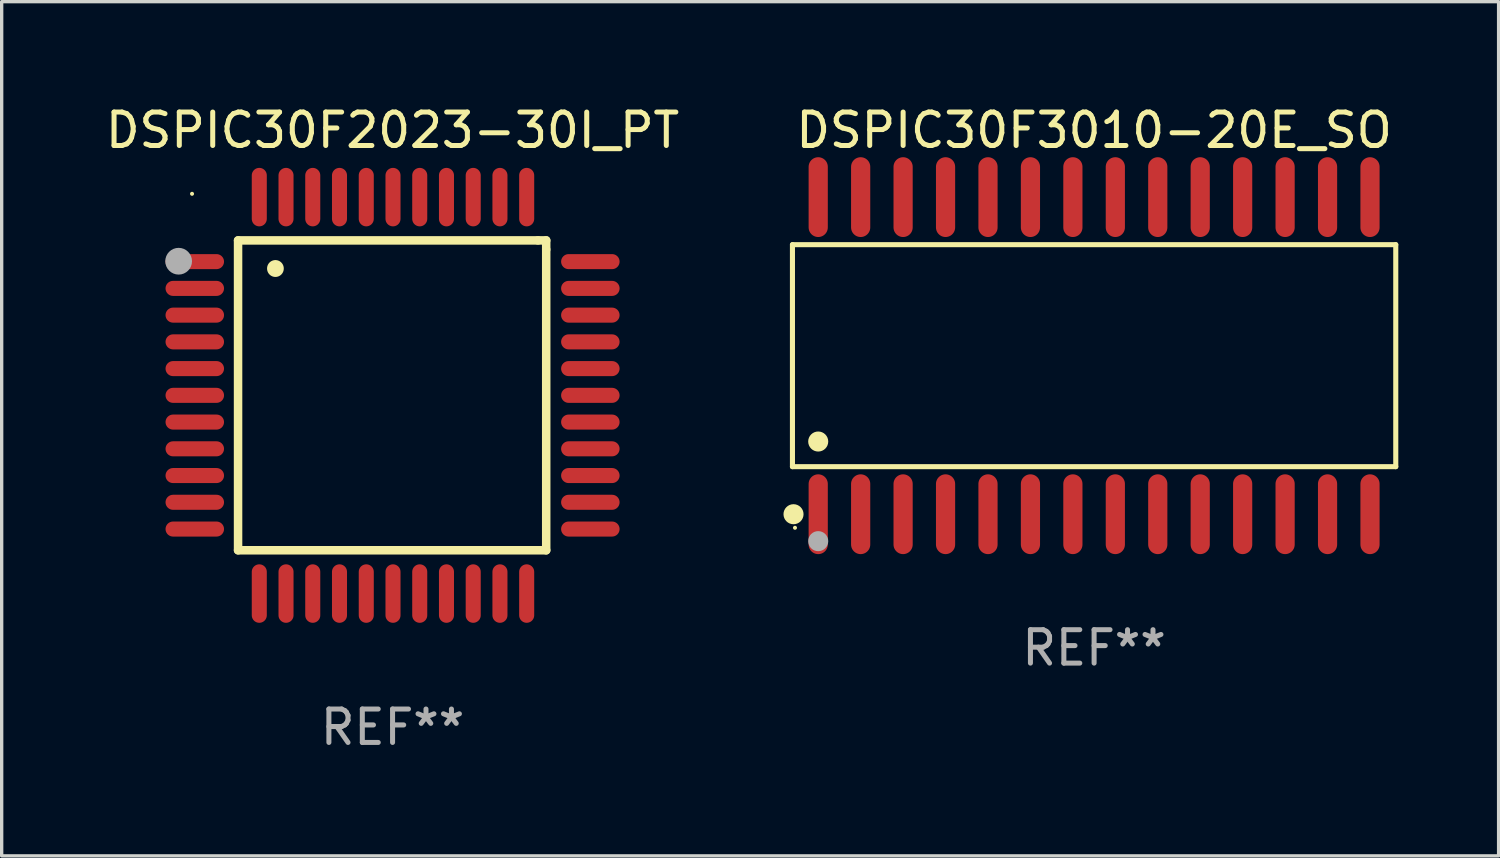
<source format=kicad_pcb>
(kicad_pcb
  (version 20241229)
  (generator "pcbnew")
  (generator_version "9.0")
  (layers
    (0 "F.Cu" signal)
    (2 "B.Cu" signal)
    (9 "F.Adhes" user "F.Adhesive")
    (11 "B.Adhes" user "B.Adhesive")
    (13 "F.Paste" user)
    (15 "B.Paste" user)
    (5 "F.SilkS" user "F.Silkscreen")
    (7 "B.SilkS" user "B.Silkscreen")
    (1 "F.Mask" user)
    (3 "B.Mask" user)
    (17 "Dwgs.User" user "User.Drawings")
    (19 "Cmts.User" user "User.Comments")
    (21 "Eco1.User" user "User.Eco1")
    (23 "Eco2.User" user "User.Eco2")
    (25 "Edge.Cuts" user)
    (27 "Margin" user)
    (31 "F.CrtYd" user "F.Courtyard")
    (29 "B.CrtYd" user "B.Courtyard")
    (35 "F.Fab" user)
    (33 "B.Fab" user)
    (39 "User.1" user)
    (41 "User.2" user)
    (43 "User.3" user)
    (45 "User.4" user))
  (footprint "DSPIC30F2023-30I_PT"
    (layer "F.Cu")
    (at 8.696 8.779)
    (property "Reference" "DSPIC30F2023-30I_PT" (at 0 -7.931 0) (layer "F.SilkS") (effects (font (size 1 1) (thickness 0.15))))
    (attr through_hole)
    (fp_line (start -4.623 -4.636) (end 4.35 -4.636) (stroke (width 0.254) (type solid)) (layer "F.SilkS"))
    (fp_line (start -4.623 4.636) (end -4.623 -4.636) (stroke (width 0.254) (type solid)) (layer "F.SilkS"))
    (fp_line (start 4.35 -4.636) (end 4.597 -4.636) (stroke (width 0.254) (type solid)) (layer "F.SilkS"))
    (fp_line (start 4.597 -4.636) (end 4.597 -4.363) (stroke (width 0.254) (type solid)) (layer "F.SilkS"))
    (fp_line (start 4.597 -4.363) (end 4.597 4.636) (stroke (width 0.254) (type solid)) (layer "F.SilkS"))
    (fp_line (start 4.597 4.636) (end -4.623 4.636) (stroke (width 0.254) (type solid)) (layer "F.SilkS"))
    (fp_arc (start -3.505207 -3.792228) (mid -3.50522 -3.794768) (end -3.505207 -3.797308) (stroke (width 0.5) (type solid)) (layer "F.SilkS"))
    (fp_circle (center -6 -6.03) (end -5.97 -6.03) (stroke (width 0.06) (type solid)) (fill no) (layer "F.SilkS"))
    (fp_circle (center -6.401 -4.013) (end -6.201 -4.013) (stroke (width 0.4) (type solid)) (fill no) (layer "F.Fab"))
    (fp_text user "REF**" (at 0 9.931 0) (layer "F.Fab") (effects (font (size 1 1) (thickness 0.15))))
    (pad "1" smd oval (at -5.918 -4.001 90) (size 0.45 1.75) (layers "F.Cu" "F.Mask" "F.Paste"))
    (pad "2" smd oval (at -5.918 -3.2 90) (size 0.45 1.75) (layers "F.Cu" "F.Mask" "F.Paste"))
    (pad "3" smd oval (at -5.918 -2.4 90) (size 0.45 1.75) (layers "F.Cu" "F.Mask" "F.Paste"))
    (pad "4" smd oval (at -5.918 -1.6 90) (size 0.45 1.75) (layers "F.Cu" "F.Mask" "F.Paste"))
    (pad "5" smd oval (at -5.918 -0.8 90) (size 0.45 1.75) (layers "F.Cu" "F.Mask" "F.Paste"))
    (pad "6" smd oval (at -5.918 0 90) (size 0.45 1.75) (layers "F.Cu" "F.Mask" "F.Paste"))
    (pad "7" smd oval (at -5.918 0.8 90) (size 0.45 1.75) (layers "F.Cu" "F.Mask" "F.Paste"))
    (pad "8" smd oval (at -5.918 1.6 90) (size 0.45 1.75) (layers "F.Cu" "F.Mask" "F.Paste"))
    (pad "9" smd oval (at -5.918 2.4 90) (size 0.45 1.75) (layers "F.Cu" "F.Mask" "F.Paste"))
    (pad "10" smd oval (at -5.918 3.2 90) (size 0.45 1.75) (layers "F.Cu" "F.Mask" "F.Paste"))
    (pad "11" smd oval (at -5.918 4.001 90) (size 0.45 1.75) (layers "F.Cu" "F.Mask" "F.Paste"))
    (pad "12" smd oval (at -3.988 5.931) (size 0.45 1.75) (layers "F.Cu" "F.Mask" "F.Paste"))
    (pad "13" smd oval (at -3.188 5.931) (size 0.45 1.75) (layers "F.Cu" "F.Mask" "F.Paste"))
    (pad "14" smd oval (at -2.388 5.931) (size 0.45 1.75) (layers "F.Cu" "F.Mask" "F.Paste"))
    (pad "15" smd oval (at -1.588 5.931) (size 0.45 1.75) (layers "F.Cu" "F.Mask" "F.Paste"))
    (pad "16" smd oval (at -0.787 5.931) (size 0.45 1.75) (layers "F.Cu" "F.Mask" "F.Paste"))
    (pad "17" smd oval (at 0.013 5.931) (size 0.45 1.75) (layers "F.Cu" "F.Mask" "F.Paste"))
    (pad "18" smd oval (at 0.813 5.931) (size 0.45 1.75) (layers "F.Cu" "F.Mask" "F.Paste"))
    (pad "19" smd oval (at 1.613 5.931) (size 0.45 1.75) (layers "F.Cu" "F.Mask" "F.Paste"))
    (pad "20" smd oval (at 2.413 5.931) (size 0.45 1.75) (layers "F.Cu" "F.Mask" "F.Paste"))
    (pad "21" smd oval (at 3.213 5.931) (size 0.45 1.75) (layers "F.Cu" "F.Mask" "F.Paste"))
    (pad "22" smd oval (at 4.013 5.931) (size 0.45 1.75) (layers "F.Cu" "F.Mask" "F.Paste"))
    (pad "23" smd oval (at 5.918 4.001 90) (size 0.45 1.75) (layers "F.Cu" "F.Mask" "F.Paste"))
    (pad "24" smd oval (at 5.918 3.2 90) (size 0.45 1.75) (layers "F.Cu" "F.Mask" "F.Paste"))
    (pad "25" smd oval (at 5.918 2.4 90) (size 0.45 1.75) (layers "F.Cu" "F.Mask" "F.Paste"))
    (pad "26" smd oval (at 5.918 1.6 90) (size 0.45 1.75) (layers "F.Cu" "F.Mask" "F.Paste"))
    (pad "27" smd oval (at 5.918 0.8 90) (size 0.45 1.75) (layers "F.Cu" "F.Mask" "F.Paste"))
    (pad "28" smd oval (at 5.918 0 90) (size 0.45 1.75) (layers "F.Cu" "F.Mask" "F.Paste"))
    (pad "29" smd oval (at 5.918 -0.8 90) (size 0.45 1.75) (layers "F.Cu" "F.Mask" "F.Paste"))
    (pad "30" smd oval (at 5.918 -1.6 90) (size 0.45 1.75) (layers "F.Cu" "F.Mask" "F.Paste"))
    (pad "31" smd oval (at 5.918 -2.4 90) (size 0.45 1.75) (layers "F.Cu" "F.Mask" "F.Paste"))
    (pad "32" smd oval (at 5.918 -3.2 90) (size 0.45 1.75) (layers "F.Cu" "F.Mask" "F.Paste"))
    (pad "33" smd oval (at 5.918 -4.001 90) (size 0.45 1.75) (layers "F.Cu" "F.Mask" "F.Paste"))
    (pad "34" smd oval (at 4.013 -5.931) (size 0.45 1.75) (layers "F.Cu" "F.Mask" "F.Paste"))
    (pad "35" smd oval (at 3.213 -5.931) (size 0.45 1.75) (layers "F.Cu" "F.Mask" "F.Paste"))
    (pad "36" smd oval (at 2.413 -5.931) (size 0.45 1.75) (layers "F.Cu" "F.Mask" "F.Paste"))
    (pad "37" smd oval (at 1.613 -5.931) (size 0.45 1.75) (layers "F.Cu" "F.Mask" "F.Paste"))
    (pad "38" smd oval (at 0.813 -5.931) (size 0.45 1.75) (layers "F.Cu" "F.Mask" "F.Paste"))
    (pad "39" smd oval (at 0.013 -5.931) (size 0.45 1.75) (layers "F.Cu" "F.Mask" "F.Paste"))
    (pad "40" smd oval (at -0.787 -5.931) (size 0.45 1.75) (layers "F.Cu" "F.Mask" "F.Paste"))
    (pad "41" smd oval (at -1.588 -5.931) (size 0.45 1.75) (layers "F.Cu" "F.Mask" "F.Paste"))
    (pad "42" smd oval (at -2.388 -5.931) (size 0.45 1.75) (layers "F.Cu" "F.Mask" "F.Paste"))
    (pad "43" smd oval (at -3.188 -5.931) (size 0.45 1.75) (layers "F.Cu" "F.Mask" "F.Paste"))
    (pad "44" smd oval (at -3.988 -5.931) (size 0.45 1.75) (layers "F.Cu" "F.Mask" "F.Paste")))
  (footprint "DSPIC30F3010-20E_SO"
    (layer "F.Cu")
    (at 29.687 7.592)
    (property "Reference" "DSPIC30F3010-20E_SO" (at 0 -6.744 0) (layer "F.SilkS") (effects (font (size 1 1) (thickness 0.15))))
    (attr through_hole)
    (fp_line (start -9.026 -3.321) (end 9.026 -3.321) (stroke (width 0.152) (type solid)) (layer "F.SilkS"))
    (fp_line (start -9.026 3.321) (end -9.026 -3.321) (stroke (width 0.152) (type solid)) (layer "F.SilkS"))
    (fp_line (start 9.026 -3.321) (end 9.026 3.321) (stroke (width 0.152) (type solid)) (layer "F.SilkS"))
    (fp_line (start 9.026 3.321) (end -9.026 3.321) (stroke (width 0.152) (type solid)) (layer "F.SilkS"))
    (fp_circle (center -8.994 4.744) (end -8.844 4.744) (stroke (width 0.3) (type solid)) (fill no) (layer "F.SilkS"))
    (fp_circle (center -8.95 5.15) (end -8.92 5.15) (stroke (width 0.06) (type solid)) (fill no) (layer "F.SilkS"))
    (fp_circle (center -8.255 2.569) (end -8.105 2.569) (stroke (width 0.3) (type solid)) (fill no) (layer "F.SilkS"))
    (fp_circle (center -8.255 5.55) (end -8.105 5.55) (stroke (width 0.3) (type solid)) (fill no) (layer "F.Fab"))
    (fp_text user "REF**" (at 0 8.744 0) (layer "F.Fab") (effects (font (size 1 1) (thickness 0.15))))
    (pad "1" smd oval (at -8.255 4.744) (size 0.574 2.388) (layers "F.Cu" "F.Mask" "F.Paste"))
    (pad "2" smd oval (at -6.985 4.744) (size 0.574 2.388) (layers "F.Cu" "F.Mask" "F.Paste"))
    (pad "3" smd oval (at -5.715 4.744) (size 0.574 2.388) (layers "F.Cu" "F.Mask" "F.Paste"))
    (pad "4" smd oval (at -4.445 4.744) (size 0.574 2.388) (layers "F.Cu" "F.Mask" "F.Paste"))
    (pad "5" smd oval (at -3.175 4.744) (size 0.574 2.388) (layers "F.Cu" "F.Mask" "F.Paste"))
    (pad "6" smd oval (at -1.905 4.744) (size 0.574 2.388) (layers "F.Cu" "F.Mask" "F.Paste"))
    (pad "7" smd oval (at -0.635 4.744) (size 0.574 2.388) (layers "F.Cu" "F.Mask" "F.Paste"))
    (pad "8" smd oval (at 0.635 4.744) (size 0.574 2.388) (layers "F.Cu" "F.Mask" "F.Paste"))
    (pad "9" smd oval (at 1.905 4.744) (size 0.574 2.388) (layers "F.Cu" "F.Mask" "F.Paste"))
    (pad "10" smd oval (at 3.175 4.744) (size 0.574 2.388) (layers "F.Cu" "F.Mask" "F.Paste"))
    (pad "11" smd oval (at 4.445 4.744) (size 0.574 2.388) (layers "F.Cu" "F.Mask" "F.Paste"))
    (pad "12" smd oval (at 5.715 4.744) (size 0.574 2.388) (layers "F.Cu" "F.Mask" "F.Paste"))
    (pad "13" smd oval (at 6.985 4.744) (size 0.574 2.388) (layers "F.Cu" "F.Mask" "F.Paste"))
    (pad "14" smd oval (at 8.255 4.744) (size 0.574 2.388) (layers "F.Cu" "F.Mask" "F.Paste"))
    (pad "15" smd oval (at 8.255 -4.744) (size 0.574 2.388) (layers "F.Cu" "F.Mask" "F.Paste"))
    (pad "16" smd oval (at 6.985 -4.744) (size 0.574 2.388) (layers "F.Cu" "F.Mask" "F.Paste"))
    (pad "17" smd oval (at 5.715 -4.744) (size 0.574 2.388) (layers "F.Cu" "F.Mask" "F.Paste"))
    (pad "18" smd oval (at 4.445 -4.744) (size 0.574 2.388) (layers "F.Cu" "F.Mask" "F.Paste"))
    (pad "19" smd oval (at 3.175 -4.744) (size 0.574 2.388) (layers "F.Cu" "F.Mask" "F.Paste"))
    (pad "20" smd oval (at 1.905 -4.744) (size 0.574 2.388) (layers "F.Cu" "F.Mask" "F.Paste"))
    (pad "21" smd oval (at 0.635 -4.744) (size 0.574 2.388) (layers "F.Cu" "F.Mask" "F.Paste"))
    (pad "22" smd oval (at -0.635 -4.744) (size 0.574 2.388) (layers "F.Cu" "F.Mask" "F.Paste"))
    (pad "23" smd oval (at -1.905 -4.744) (size 0.574 2.388) (layers "F.Cu" "F.Mask" "F.Paste"))
    (pad "24" smd oval (at -3.175 -4.744) (size 0.574 2.388) (layers "F.Cu" "F.Mask" "F.Paste"))
    (pad "25" smd oval (at -4.445 -4.744) (size 0.574 2.388) (layers "F.Cu" "F.Mask" "F.Paste"))
    (pad "26" smd oval (at -5.715 -4.744) (size 0.574 2.388) (layers "F.Cu" "F.Mask" "F.Paste"))
    (pad "27" smd oval (at -6.985 -4.744) (size 0.574 2.388) (layers "F.Cu" "F.Mask" "F.Paste"))
    (pad "28" smd oval (at -8.255 -4.744) (size 0.574 2.388) (layers "F.Cu" "F.Mask" "F.Paste")))
  (gr_rect
    (start -3 -3)
    (end 41.79 22.558)
    (stroke (width 0.1) (type default))
    (fill no)
    (layer "Edge.Cuts")))
</source>
